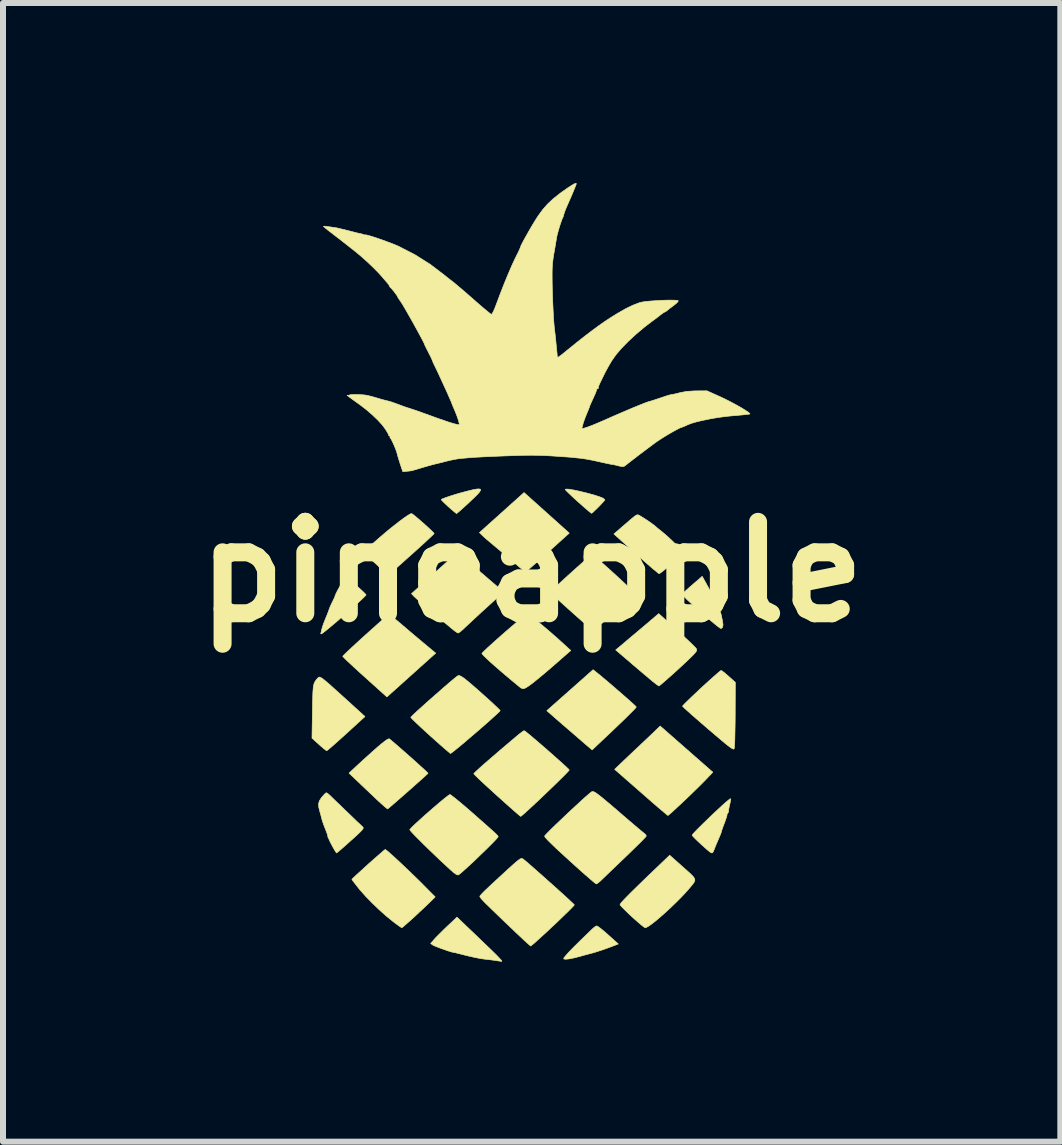
<source format=kicad_pcb>
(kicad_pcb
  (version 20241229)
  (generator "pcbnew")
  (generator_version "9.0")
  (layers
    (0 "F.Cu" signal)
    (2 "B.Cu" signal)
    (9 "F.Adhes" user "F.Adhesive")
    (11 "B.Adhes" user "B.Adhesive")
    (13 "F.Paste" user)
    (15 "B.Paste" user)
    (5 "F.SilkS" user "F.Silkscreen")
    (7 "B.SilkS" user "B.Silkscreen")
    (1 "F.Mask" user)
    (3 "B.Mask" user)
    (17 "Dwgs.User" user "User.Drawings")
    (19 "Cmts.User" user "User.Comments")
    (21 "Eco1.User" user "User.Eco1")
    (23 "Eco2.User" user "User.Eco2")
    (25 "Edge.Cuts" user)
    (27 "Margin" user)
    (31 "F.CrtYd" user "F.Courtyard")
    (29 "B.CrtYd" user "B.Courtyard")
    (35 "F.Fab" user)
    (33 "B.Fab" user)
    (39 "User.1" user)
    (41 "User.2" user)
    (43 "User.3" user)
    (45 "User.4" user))
  (footprint "pineapple"
    (layer "F.Cu")
    (at 5.813 6.484)
    (property "Reference" "pineapple" (at 0 0 0) (layer "F.SilkS") (effects (font (size 1.524 1.524) (thickness 0.3))))
    (attr through_hole)
    (fp_poly (pts (xy -2.158 0.885) (xy -2.07 0.96) (xy -1.976 1.04) (xy -1.883 1.118) (xy -1.802 1.186) (xy -1.769 1.213) (xy -1.6 1.354) (xy -2.413 2.084) (xy -2.781 1.753) (xy -2.873 1.67) (xy -2.956 1.594) (xy -3.028 1.527) (xy -3.086 1.473) (xy -3.126 1.433) (xy -3.147 1.41) (xy -3.15 1.407) (xy -3.138 1.393) (xy -3.105 1.36) (xy -3.054 1.311) (xy -2.987 1.249) (xy -2.908 1.176) (xy -2.819 1.095) (xy -2.764 1.045) (xy -2.378 0.699) (xy -2.158 0.885)) (stroke (width 0.01) (type solid)) (fill yes) (layer "F.SilkS"))
    (fp_poly (pts (xy 0.25 -0.985) (xy 0.627 -0.647) (xy 0.267 -0.323) (xy 0.176 -0.242) (xy 0.094 -0.169) (xy 0.022 -0.105) (xy -0.036 -0.055) (xy -0.078 -0.019) (xy -0.099 -0.002) (xy -0.101 -0.000332) (xy -0.117 -0.01) (xy -0.15 -0.036) (xy -0.197 -0.074) (xy -0.22 -0.094) (xy -0.281 -0.145) (xy -0.354 -0.208) (xy -0.431 -0.273) (xy -0.475 -0.31) (xy -0.541 -0.367) (xy -0.607 -0.422) (xy -0.664 -0.47) (xy -0.695 -0.496) (xy -0.747 -0.54) (xy -0.797 -0.584) (xy -0.821 -0.607) (xy -0.871 -0.655) (xy -0.499 -0.989) (xy -0.127 -1.323) (xy 0.25 -0.985)) (stroke (width 0.01) (type solid)) (fill yes) (layer "F.SilkS"))
    (fp_poly (pts (xy 0.62 -1.379) (xy 0.693 -1.367) (xy 0.793 -1.346) (xy 0.911 -1.317) (xy 1.038 -1.283) (xy 1.131 -1.253) (xy 1.191 -1.228) (xy 1.218 -1.207) (xy 1.219 -1.201) (xy 1.209 -1.185) (xy 1.181 -1.154) (xy 1.142 -1.112) (xy 1.099 -1.068) (xy 1.056 -1.027) (xy 1.022 -0.994) (xy 1.001 -0.978) (xy 0.999 -0.977) (xy 0.985 -0.986) (xy 0.951 -1.013) (xy 0.901 -1.056) (xy 0.839 -1.11) (xy 0.775 -1.167) (xy 0.705 -1.23) (xy 0.646 -1.286) (xy 0.599 -1.331) (xy 0.568 -1.362) (xy 0.559 -1.375) (xy 0.574 -1.381) (xy 0.62 -1.379)) (stroke (width 0.01) (type solid)) (fill yes) (layer "F.SilkS"))
    (fp_poly (pts (xy -0.856 -1.38) (xy -0.85 -1.365) (xy -0.867 -1.335) (xy -0.892 -1.305) (xy -0.921 -1.275) (xy -0.964 -1.233) (xy -1.017 -1.183) (xy -1.074 -1.129) (xy -1.131 -1.077) (xy -1.182 -1.031) (xy -1.223 -0.996) (xy -1.248 -0.976) (xy -1.253 -0.973) (xy -1.268 -0.984) (xy -1.301 -1.011) (xy -1.348 -1.051) (xy -1.385 -1.084) (xy -1.436 -1.131) (xy -1.476 -1.17) (xy -1.501 -1.196) (xy -1.507 -1.204) (xy -1.492 -1.216) (xy -1.45 -1.233) (xy -1.387 -1.255) (xy -1.31 -1.28) (xy -1.225 -1.306) (xy -1.137 -1.33) (xy -1.053 -1.352) (xy -0.979 -1.37) (xy -0.92 -1.381) (xy -0.887 -1.384) (xy -0.856 -1.38)) (stroke (width 0.01) (type solid)) (fill yes) (layer "F.SilkS"))
    (fp_poly (pts (xy 1.092 1.684) (xy 1.144 1.726) (xy 1.208 1.78) (xy 1.282 1.842) (xy 1.361 1.91) (xy 1.441 1.979) (xy 1.519 2.047) (xy 1.592 2.111) (xy 1.654 2.166) (xy 1.703 2.21) (xy 1.734 2.24) (xy 1.744 2.252) (xy 1.733 2.267) (xy 1.7 2.303) (xy 1.647 2.356) (xy 1.577 2.426) (xy 1.491 2.509) (xy 1.391 2.605) (xy 1.279 2.711) (xy 1.166 2.818) (xy 1.008 2.967) (xy 0.897 2.873) (xy 0.851 2.833) (xy 0.786 2.777) (xy 0.709 2.71) (xy 0.623 2.636) (xy 0.536 2.561) (xy 0.52 2.547) (xy 0.252 2.314) (xy 0.638 1.972) (xy 1.024 1.63) (xy 1.092 1.684)) (stroke (width 0.01) (type solid)) (fill yes) (layer "F.SilkS"))
    (fp_poly (pts (xy 2.581 2.954) (xy 3.02 3.339) (xy 2.897 3.468) (xy 2.846 3.52) (xy 2.784 3.582) (xy 2.713 3.651) (xy 2.637 3.725) (xy 2.56 3.798) (xy 2.485 3.869) (xy 2.416 3.933) (xy 2.357 3.988) (xy 2.311 4.029) (xy 2.281 4.054) (xy 2.272 4.06) (xy 2.257 4.05) (xy 2.222 4.021) (xy 2.168 3.975) (xy 2.097 3.915) (xy 2.014 3.843) (xy 1.921 3.762) (xy 1.822 3.675) (xy 1.383 3.291) (xy 1.534 3.147) (xy 1.61 3.075) (xy 1.697 2.992) (xy 1.784 2.911) (xy 1.838 2.859) (xy 1.904 2.797) (xy 1.97 2.735) (xy 2.027 2.681) (xy 2.067 2.642) (xy 2.142 2.569) (xy 2.581 2.954)) (stroke (width 0.01) (type solid)) (fill yes) (layer "F.SilkS"))
    (fp_poly (pts (xy 2.926 0.223) (xy 2.97 0.304) (xy 3.015 0.39) (xy 3.058 0.476) (xy 3.097 0.557) (xy 3.128 0.626) (xy 3.149 0.678) (xy 3.158 0.707) (xy 3.165 0.74) (xy 3.175 0.788) (xy 3.18 0.811) (xy 3.19 0.879) (xy 3.183 0.923) (xy 3.161 0.942) (xy 3.154 0.943) (xy 3.136 0.933) (xy 3.097 0.904) (xy 3.041 0.859) (xy 2.972 0.801) (xy 2.893 0.732) (xy 2.815 0.664) (xy 2.72 0.579) (xy 2.646 0.513) (xy 2.592 0.463) (xy 2.555 0.426) (xy 2.532 0.399) (xy 2.52 0.381) (xy 2.518 0.368) (xy 2.523 0.358) (xy 2.525 0.356) (xy 2.546 0.334) (xy 2.586 0.297) (xy 2.639 0.249) (xy 2.696 0.2) (xy 2.843 0.073) (xy 2.926 0.223)) (stroke (width 0.01) (type solid)) (fill yes) (layer "F.SilkS"))
    (fp_poly (pts (xy 1.106 5.912) (xy 1.145 5.94) (xy 1.197 5.982) (xy 1.257 6.034) (xy 1.277 6.052) (xy 1.444 6.202) (xy 1.386 6.225) (xy 1.328 6.247) (xy 1.258 6.273) (xy 1.184 6.299) (xy 1.114 6.322) (xy 1.058 6.34) (xy 1.024 6.35) (xy 1.021 6.351) (xy 0.998 6.357) (xy 0.949 6.37) (xy 0.884 6.387) (xy 0.827 6.403) (xy 0.714 6.433) (xy 0.626 6.451) (xy 0.567 6.457) (xy 0.536 6.452) (xy 0.534 6.449) (xy 0.54 6.431) (xy 0.571 6.393) (xy 0.624 6.334) (xy 0.699 6.257) (xy 0.795 6.162) (xy 0.81 6.147) (xy 0.872 6.087) (xy 0.93 6.031) (xy 0.978 5.984) (xy 1.01 5.953) (xy 1.046 5.922) (xy 1.077 5.903) (xy 1.086 5.901) (xy 1.106 5.912)) (stroke (width 0.01) (type solid)) (fill yes) (layer "F.SilkS"))
    (fp_poly (pts (xy -3.531 1.754) (xy -3.515 1.761) (xy -3.492 1.775) (xy -3.46 1.799) (xy -3.417 1.835) (xy -3.36 1.884) (xy -3.287 1.95) (xy -3.195 2.033) (xy -3.081 2.136) (xy -3.07 2.146) (xy -2.779 2.411) (xy -3.091 2.696) (xy -3.175 2.772) (xy -3.252 2.841) (xy -3.317 2.899) (xy -3.369 2.943) (xy -3.403 2.972) (xy -3.417 2.981) (xy -3.433 2.971) (xy -3.468 2.944) (xy -3.515 2.904) (xy -3.546 2.876) (xy -3.662 2.771) (xy -3.655 2.332) (xy -3.653 2.204) (xy -3.65 2.102) (xy -3.648 2.022) (xy -3.644 1.963) (xy -3.64 1.918) (xy -3.634 1.885) (xy -3.627 1.861) (xy -3.618 1.84) (xy -3.615 1.834) (xy -3.588 1.793) (xy -3.56 1.764) (xy -3.553 1.758) (xy -3.543 1.754) (xy -3.531 1.754)) (stroke (width 0.01) (type solid)) (fill yes) (layer "F.SilkS"))
    (fp_poly (pts (xy -1.985 -0.963) (xy -1.95 -0.936) (xy -1.901 -0.895) (xy -1.845 -0.847) (xy -1.786 -0.795) (xy -1.73 -0.744) (xy -1.681 -0.698) (xy -1.645 -0.663) (xy -1.627 -0.643) (xy -1.626 -0.64) (xy -1.637 -0.627) (xy -1.669 -0.596) (xy -1.719 -0.549) (xy -1.781 -0.491) (xy -1.854 -0.425) (xy -1.934 -0.352) (xy -2.017 -0.278) (xy -2.099 -0.205) (xy -2.177 -0.135) (xy -2.247 -0.073) (xy -2.307 -0.021) (xy -2.352 0.017) (xy -2.378 0.038) (xy -2.384 0.042) (xy -2.399 0.033) (xy -2.434 0.006) (xy -2.485 -0.037) (xy -2.547 -0.09) (xy -2.604 -0.141) (xy -2.812 -0.328) (xy -2.553 -0.557) (xy -2.461 -0.636) (xy -2.369 -0.713) (xy -2.278 -0.785) (xy -2.195 -0.85) (xy -2.121 -0.904) (xy -2.062 -0.944) (xy -2.02 -0.968) (xy -2.003 -0.973) (xy -1.985 -0.963)) (stroke (width 0.01) (type solid)) (fill yes) (layer "F.SilkS"))
    (fp_poly (pts (xy 1.788 -0.946) (xy 1.806 -0.936) (xy 1.807 -0.935) (xy 1.857 -0.905) (xy 1.917 -0.866) (xy 1.976 -0.826) (xy 2.027 -0.789) (xy 2.061 -0.762) (xy 2.066 -0.758) (xy 2.092 -0.734) (xy 2.135 -0.7) (xy 2.169 -0.673) (xy 2.211 -0.638) (xy 2.268 -0.588) (xy 2.333 -0.528) (xy 2.397 -0.465) (xy 2.397 -0.465) (xy 2.547 -0.316) (xy 2.345 -0.143) (xy 2.276 -0.086) (xy 2.215 -0.036) (xy 2.167 0.002) (xy 2.135 0.025) (xy 2.125 0.03) (xy 2.109 0.02) (xy 2.073 -0.01) (xy 2.018 -0.055) (xy 1.949 -0.115) (xy 1.869 -0.185) (xy 1.78 -0.265) (xy 1.739 -0.301) (xy 1.371 -0.632) (xy 1.519 -0.761) (xy 1.601 -0.831) (xy 1.661 -0.883) (xy 1.705 -0.919) (xy 1.735 -0.941) (xy 1.757 -0.951) (xy 1.773 -0.952) (xy 1.788 -0.946)) (stroke (width 0.01) (type solid)) (fill yes) (layer "F.SilkS"))
    (fp_poly (pts (xy 2.42 0.969) (xy 2.504 1.046) (xy 2.58 1.116) (xy 2.646 1.178) (xy 2.697 1.228) (xy 2.731 1.263) (xy 2.743 1.276) (xy 2.751 1.299) (xy 2.746 1.322) (xy 2.721 1.354) (xy 2.703 1.374) (xy 2.669 1.408) (xy 2.619 1.457) (xy 2.558 1.515) (xy 2.489 1.579) (xy 2.416 1.646) (xy 2.343 1.712) (xy 2.274 1.773) (xy 2.214 1.826) (xy 2.166 1.867) (xy 2.134 1.893) (xy 2.122 1.901) (xy 2.104 1.891) (xy 2.068 1.865) (xy 2.022 1.829) (xy 2.015 1.823) (xy 1.974 1.789) (xy 1.914 1.738) (xy 1.84 1.676) (xy 1.758 1.606) (xy 1.673 1.534) (xy 1.662 1.524) (xy 1.401 1.301) (xy 1.537 1.187) (xy 1.597 1.136) (xy 1.674 1.071) (xy 1.76 0.999) (xy 1.847 0.925) (xy 1.896 0.884) (xy 2.118 0.695) (xy 2.42 0.969)) (stroke (width 0.01) (type solid)) (fill yes) (layer "F.SilkS"))
    (fp_poly (pts (xy -1.101 5.893) (xy -1.038 5.953) (xy -0.96 6.027) (xy -0.875 6.109) (xy -0.791 6.19) (xy -0.747 6.232) (xy -0.657 6.318) (xy -0.589 6.385) (xy -0.541 6.435) (xy -0.511 6.468) (xy -0.498 6.486) (xy -0.5 6.493) (xy -0.503 6.493) (xy -0.526 6.489) (xy -0.571 6.483) (xy -0.601 6.478) (xy -0.673 6.468) (xy -0.75 6.459) (xy -0.77 6.457) (xy -0.844 6.447) (xy -0.943 6.428) (xy -1.063 6.401) (xy -1.198 6.367) (xy -1.211 6.364) (xy -1.258 6.352) (xy -1.289 6.344) (xy -1.295 6.343) (xy -1.31 6.342) (xy -1.348 6.332) (xy -1.402 6.315) (xy -1.464 6.293) (xy -1.527 6.271) (xy -1.584 6.249) (xy -1.627 6.231) (xy -1.647 6.221) (xy -1.684 6.194) (xy -1.625 6.126) (xy -1.591 6.089) (xy -1.539 6.037) (xy -1.478 5.976) (xy -1.413 5.913) (xy -1.405 5.906) (xy -1.245 5.755) (xy -1.101 5.893)) (stroke (width 0.01) (type solid)) (fill yes) (layer "F.SilkS"))
    (fp_poly (pts (xy 2.521 4.919) (xy 2.601 4.99) (xy 2.66 5.044) (xy 2.698 5.084) (xy 2.718 5.117) (xy 2.72 5.146) (xy 2.706 5.177) (xy 2.678 5.215) (xy 2.637 5.264) (xy 2.625 5.278) (xy 2.561 5.351) (xy 2.485 5.431) (xy 2.402 5.514) (xy 2.315 5.598) (xy 2.227 5.679) (xy 2.142 5.754) (xy 2.064 5.82) (xy 1.996 5.873) (xy 1.941 5.911) (xy 1.903 5.93) (xy 1.894 5.932) (xy 1.875 5.922) (xy 1.837 5.893) (xy 1.785 5.849) (xy 1.722 5.794) (xy 1.672 5.749) (xy 1.606 5.687) (xy 1.55 5.632) (xy 1.506 5.588) (xy 1.48 5.559) (xy 1.473 5.549) (xy 1.477 5.538) (xy 1.489 5.52) (xy 1.512 5.493) (xy 1.546 5.456) (xy 1.593 5.408) (xy 1.654 5.346) (xy 1.732 5.27) (xy 1.827 5.177) (xy 1.942 5.066) (xy 2.077 4.937) (xy 2.196 4.823) (xy 2.301 4.723) (xy 2.521 4.919)) (stroke (width 0.01) (type solid)) (fill yes) (layer "F.SilkS"))
    (fp_poly (pts (xy 3.177 1.653) (xy 3.213 1.68) (xy 3.26 1.72) (xy 3.285 1.742) (xy 3.395 1.841) (xy 3.393 2.377) (xy 3.392 2.503) (xy 3.39 2.62) (xy 3.388 2.725) (xy 3.386 2.813) (xy 3.382 2.882) (xy 3.379 2.928) (xy 3.376 2.945) (xy 3.37 2.952) (xy 3.36 2.953) (xy 3.343 2.945) (xy 3.316 2.928) (xy 3.277 2.899) (xy 3.224 2.857) (xy 3.155 2.799) (xy 3.066 2.724) (xy 2.956 2.63) (xy 2.938 2.615) (xy 2.839 2.529) (xy 2.748 2.45) (xy 2.668 2.38) (xy 2.602 2.321) (xy 2.552 2.276) (xy 2.522 2.247) (xy 2.515 2.238) (xy 2.526 2.223) (xy 2.558 2.19) (xy 2.606 2.143) (xy 2.666 2.085) (xy 2.736 2.019) (xy 2.81 1.949) (xy 2.886 1.879) (xy 2.96 1.812) (xy 3.027 1.752) (xy 3.084 1.702) (xy 3.127 1.665) (xy 3.153 1.645) (xy 3.158 1.643) (xy 3.177 1.653)) (stroke (width 0.01) (type solid)) (fill yes) (layer "F.SilkS"))
    (fp_poly (pts (xy -1.216 -0.298) (xy -1.189 -0.278) (xy -1.138 -0.237) (xy -1.065 -0.176) (xy -0.969 -0.095) (xy -0.852 0.004) (xy -0.714 0.123) (xy -0.658 0.171) (xy -0.468 0.334) (xy -0.747 0.589) (xy -0.833 0.667) (xy -0.916 0.744) (xy -0.992 0.814) (xy -1.056 0.874) (xy -1.103 0.918) (xy -1.117 0.932) (xy -1.162 0.973) (xy -1.2 1.004) (xy -1.223 1.018) (xy -1.226 1.019) (xy -1.247 1.009) (xy -1.284 0.983) (xy -1.329 0.947) (xy -1.38 0.904) (xy -1.445 0.85) (xy -1.513 0.793) (xy -1.541 0.769) (xy -1.614 0.707) (xy -1.698 0.637) (xy -1.775 0.571) (xy -1.795 0.555) (xy -1.854 0.505) (xy -1.907 0.458) (xy -1.948 0.42) (xy -1.963 0.406) (xy -2.004 0.363) (xy -1.625 0.023) (xy -1.519 -0.072) (xy -1.435 -0.148) (xy -1.368 -0.205) (xy -1.318 -0.247) (xy -1.281 -0.276) (xy -1.255 -0.293) (xy -1.236 -0.301) (xy -1.223 -0.301) (xy -1.216 -0.298)) (stroke (width 0.01) (type solid)) (fill yes) (layer "F.SilkS"))
    (fp_poly (pts (xy -2.373 2.782) (xy -2.356 2.796) (xy -2.319 2.827) (xy -2.266 2.872) (xy -2.202 2.928) (xy -2.13 2.991) (xy -2.054 3.058) (xy -1.977 3.126) (xy -1.905 3.191) (xy -1.84 3.25) (xy -1.786 3.299) (xy -1.748 3.335) (xy -1.729 3.354) (xy -1.727 3.356) (xy -1.739 3.368) (xy -1.771 3.398) (xy -1.82 3.443) (xy -1.882 3.498) (xy -1.953 3.561) (xy -2.029 3.629) (xy -2.108 3.698) (xy -2.184 3.765) (xy -2.254 3.826) (xy -2.315 3.879) (xy -2.362 3.919) (xy -2.392 3.944) (xy -2.401 3.951) (xy -2.416 3.941) (xy -2.45 3.914) (xy -2.498 3.871) (xy -2.557 3.817) (xy -2.591 3.786) (xy -2.668 3.712) (xy -2.752 3.633) (xy -2.832 3.557) (xy -2.9 3.492) (xy -2.907 3.485) (xy -3.045 3.354) (xy -2.899 3.218) (xy -2.767 3.097) (xy -2.657 2.998) (xy -2.568 2.919) (xy -2.496 2.859) (xy -2.442 2.817) (xy -2.404 2.791) (xy -2.381 2.782) (xy -2.373 2.782)) (stroke (width 0.01) (type solid)) (fill yes) (layer "F.SilkS"))
    (fp_poly (pts (xy -0.054 0.71) (xy -0.013 0.738) (xy 0.044 0.782) (xy 0.114 0.838) (xy 0.194 0.904) (xy 0.278 0.975) (xy 0.364 1.05) (xy 0.449 1.125) (xy 0.491 1.163) (xy 0.652 1.31) (xy 0.381 1.547) (xy 0.243 1.666) (xy 0.126 1.764) (xy 0.032 1.84) (xy -0.042 1.896) (xy -0.096 1.931) (xy -0.131 1.946) (xy -0.138 1.947) (xy -0.175 1.937) (xy -0.189 1.927) (xy -0.211 1.909) (xy -0.251 1.876) (xy -0.303 1.833) (xy -0.339 1.803) (xy -0.431 1.726) (xy -0.521 1.649) (xy -0.606 1.575) (xy -0.682 1.508) (xy -0.745 1.449) (xy -0.793 1.403) (xy -0.822 1.372) (xy -0.83 1.36) (xy -0.818 1.345) (xy -0.785 1.312) (xy -0.735 1.265) (xy -0.671 1.206) (xy -0.597 1.14) (xy -0.516 1.068) (xy -0.433 0.995) (xy -0.35 0.924) (xy -0.272 0.857) (xy -0.202 0.798) (xy -0.143 0.75) (xy -0.101 0.717) (xy -0.077 0.701) (xy -0.074 0.7) (xy -0.054 0.71)) (stroke (width 0.01) (type solid)) (fill yes) (layer "F.SilkS"))
    (fp_poly (pts (xy -2.426 4.636) (xy -2.39 4.665) (xy -2.339 4.711) (xy -2.273 4.77) (xy -2.198 4.84) (xy -2.115 4.918) (xy -2.028 5.001) (xy -1.94 5.086) (xy -1.854 5.17) (xy -1.774 5.251) (xy -1.772 5.253) (xy -1.608 5.418) (xy -1.687 5.496) (xy -1.741 5.548) (xy -1.804 5.608) (xy -1.873 5.672) (xy -1.942 5.737) (xy -2.009 5.798) (xy -2.069 5.851) (xy -2.118 5.894) (xy -2.151 5.922) (xy -2.165 5.932) (xy -2.182 5.922) (xy -2.218 5.897) (xy -2.268 5.861) (xy -2.311 5.828) (xy -2.422 5.738) (xy -2.541 5.632) (xy -2.659 5.519) (xy -2.769 5.406) (xy -2.863 5.3) (xy -2.887 5.27) (xy -2.931 5.214) (xy -2.967 5.168) (xy -2.99 5.136) (xy -2.997 5.125) (xy -2.986 5.112) (xy -2.954 5.082) (xy -2.907 5.038) (xy -2.847 4.984) (xy -2.78 4.923) (xy -2.71 4.859) (xy -2.639 4.797) (xy -2.574 4.739) (xy -2.517 4.69) (xy -2.474 4.652) (xy -2.447 4.631) (xy -2.441 4.627) (xy -2.426 4.636)) (stroke (width 0.01) (type solid)) (fill yes) (layer "F.SilkS"))
    (fp_poly (pts (xy 3.317 3.797) (xy 3.311 3.835) (xy 3.301 3.882) (xy 3.289 3.933) (xy 3.283 3.973) (xy 3.282 3.99) (xy 3.276 4.012) (xy 3.267 4.025) (xy 3.255 4.042) (xy 3.257 4.046) (xy 3.256 4.059) (xy 3.246 4.094) (xy 3.228 4.146) (xy 3.219 4.171) (xy 3.197 4.229) (xy 3.18 4.276) (xy 3.17 4.304) (xy 3.169 4.308) (xy 3.165 4.324) (xy 3.161 4.339) (xy 3.154 4.359) (xy 3.142 4.389) (xy 3.122 4.436) (xy 3.093 4.504) (xy 3.087 4.517) (xy 3.065 4.569) (xy 3.049 4.61) (xy 3.041 4.631) (xy 3.041 4.631) (xy 3.031 4.656) (xy 3.021 4.673) (xy 3.01 4.684) (xy 2.995 4.683) (xy 2.969 4.667) (xy 2.928 4.633) (xy 2.895 4.604) (xy 2.826 4.542) (xy 2.765 4.485) (xy 2.717 4.438) (xy 2.686 4.405) (xy 2.675 4.389) (xy 2.686 4.372) (xy 2.717 4.338) (xy 2.764 4.289) (xy 2.823 4.23) (xy 2.891 4.164) (xy 2.964 4.093) (xy 3.038 4.022) (xy 3.111 3.955) (xy 3.177 3.893) (xy 3.235 3.842) (xy 3.28 3.804) (xy 3.308 3.783) (xy 3.316 3.78) (xy 3.317 3.797)) (stroke (width 0.01) (type solid)) (fill yes) (layer "F.SilkS"))
    (fp_poly (pts (xy 1.024 -0.279) (xy 1.061 -0.249) (xy 1.113 -0.205) (xy 1.178 -0.148) (xy 1.251 -0.083) (xy 1.33 -0.012) (xy 1.41 0.061) (xy 1.487 0.132) (xy 1.559 0.199) (xy 1.621 0.258) (xy 1.669 0.305) (xy 1.701 0.338) (xy 1.711 0.351) (xy 1.72 0.383) (xy 1.708 0.405) (xy 1.686 0.426) (xy 1.644 0.463) (xy 1.587 0.512) (xy 1.518 0.571) (xy 1.441 0.635) (xy 1.361 0.702) (xy 1.281 0.768) (xy 1.205 0.829) (xy 1.138 0.884) (xy 1.083 0.928) (xy 1.045 0.957) (xy 1.027 0.97) (xy 1.026 0.97) (xy 1.01 0.961) (xy 0.973 0.932) (xy 0.918 0.888) (xy 0.849 0.829) (xy 0.77 0.759) (xy 0.682 0.681) (xy 0.66 0.661) (xy 0.571 0.581) (xy 0.491 0.509) (xy 0.421 0.446) (xy 0.366 0.396) (xy 0.327 0.361) (xy 0.309 0.344) (xy 0.308 0.343) (xy 0.317 0.331) (xy 0.347 0.3) (xy 0.394 0.255) (xy 0.454 0.199) (xy 0.525 0.134) (xy 0.601 0.064) (xy 0.68 -0.007) (xy 0.758 -0.077) (xy 0.831 -0.142) (xy 0.896 -0.199) (xy 0.95 -0.245) (xy 0.987 -0.276) (xy 1.006 -0.289) (xy 1.007 -0.289) (xy 1.024 -0.279)) (stroke (width 0.01) (type solid)) (fill yes) (layer "F.SilkS"))
    (fp_poly (pts (xy -3.404 3.691) (xy -3.371 3.718) (xy -3.335 3.753) (xy -3.303 3.784) (xy -3.254 3.832) (xy -3.192 3.891) (xy -3.123 3.958) (xy -3.051 4.027) (xy -2.98 4.095) (xy -2.916 4.157) (xy -2.862 4.207) (xy -2.825 4.243) (xy -2.813 4.254) (xy -2.807 4.265) (xy -2.811 4.28) (xy -2.827 4.302) (xy -2.859 4.336) (xy -2.908 4.383) (xy -2.978 4.447) (xy -3.016 4.48) (xy -3.087 4.544) (xy -3.15 4.6) (xy -3.201 4.644) (xy -3.236 4.673) (xy -3.252 4.685) (xy -3.252 4.685) (xy -3.263 4.672) (xy -3.285 4.638) (xy -3.312 4.59) (xy -3.32 4.576) (xy -3.347 4.524) (xy -3.368 4.483) (xy -3.378 4.46) (xy -3.378 4.458) (xy -3.387 4.438) (xy -3.392 4.43) (xy -3.4 4.413) (xy -3.397 4.411) (xy -3.399 4.398) (xy -3.41 4.363) (xy -3.429 4.312) (xy -3.438 4.289) (xy -3.462 4.228) (xy -3.482 4.172) (xy -3.495 4.132) (xy -3.496 4.126) (xy -3.506 4.087) (xy -3.52 4.034) (xy -3.53 4) (xy -3.549 3.925) (xy -3.553 3.867) (xy -3.54 3.819) (xy -3.509 3.769) (xy -3.496 3.753) (xy -3.462 3.714) (xy -3.435 3.688) (xy -3.423 3.681) (xy -3.404 3.691)) (stroke (width 0.01) (type solid)) (fill yes) (layer "F.SilkS"))
    (fp_poly (pts (xy -3.08 0.094) (xy -3.051 0.114) (xy -3.008 0.151) (xy -2.945 0.206) (xy -2.929 0.221) (xy -2.868 0.276) (xy -2.817 0.323) (xy -2.78 0.359) (xy -2.762 0.38) (xy -2.76 0.382) (xy -2.772 0.398) (xy -2.805 0.431) (xy -2.855 0.478) (xy -2.919 0.537) (xy -2.993 0.603) (xy -3.074 0.675) (xy -3.157 0.747) (xy -3.239 0.818) (xy -3.317 0.884) (xy -3.386 0.942) (xy -3.443 0.988) (xy -3.485 1.02) (xy -3.507 1.034) (xy -3.508 1.034) (xy -3.518 1.026) (xy -3.516 1.023) (xy -3.509 1.001) (xy -3.5 0.963) (xy -3.499 0.956) (xy -3.488 0.916) (xy -3.468 0.858) (xy -3.443 0.795) (xy -3.438 0.782) (xy -3.413 0.722) (xy -3.393 0.671) (xy -3.381 0.637) (xy -3.379 0.631) (xy -3.369 0.603) (xy -3.349 0.556) (xy -3.323 0.502) (xy -3.321 0.498) (xy -3.297 0.449) (xy -3.281 0.413) (xy -3.276 0.396) (xy -3.276 0.395) (xy -3.272 0.383) (xy -3.256 0.349) (xy -3.231 0.3) (xy -3.216 0.273) (xy -3.186 0.218) (xy -3.163 0.173) (xy -3.151 0.145) (xy -3.149 0.14) (xy -3.139 0.121) (xy -3.123 0.099) (xy -3.112 0.089) (xy -3.099 0.086) (xy -3.08 0.094)) (stroke (width 0.01) (type solid)) (fill yes) (layer "F.SilkS"))
    (fp_poly (pts (xy -1.344 3.721) (xy -1.305 3.751) (xy -1.248 3.796) (xy -1.177 3.855) (xy -1.094 3.925) (xy -1.003 4.004) (xy -0.96 4.042) (xy -0.851 4.138) (xy -0.764 4.215) (xy -0.696 4.275) (xy -0.645 4.321) (xy -0.609 4.354) (xy -0.584 4.378) (xy -0.57 4.394) (xy -0.562 4.404) (xy -0.559 4.411) (xy -0.559 4.415) (xy -0.57 4.431) (xy -0.601 4.466) (xy -0.649 4.516) (xy -0.709 4.576) (xy -0.779 4.645) (xy -0.854 4.717) (xy -0.93 4.791) (xy -1.005 4.861) (xy -1.075 4.926) (xy -1.135 4.98) (xy -1.183 5.022) (xy -1.214 5.046) (xy -1.221 5.051) (xy -1.238 5.051) (xy -1.263 5.039) (xy -1.3 5.012) (xy -1.353 4.966) (xy -1.416 4.908) (xy -1.518 4.813) (xy -1.617 4.719) (xy -1.712 4.628) (xy -1.8 4.542) (xy -1.877 4.465) (xy -1.942 4.4) (xy -1.991 4.348) (xy -2.022 4.313) (xy -2.032 4.297) (xy -2.02 4.281) (xy -1.988 4.247) (xy -1.938 4.2) (xy -1.875 4.142) (xy -1.803 4.077) (xy -1.725 4.008) (xy -1.646 3.939) (xy -1.57 3.874) (xy -1.5 3.815) (xy -1.44 3.766) (xy -1.395 3.731) (xy -1.368 3.713) (xy -1.362 3.711) (xy -1.344 3.721)) (stroke (width 0.01) (type solid)) (fill yes) (layer "F.SilkS"))
    (fp_poly (pts (xy -1.175 1.741) (xy -1.128 1.772) (xy -1.113 1.784) (xy -1.072 1.817) (xy -1.017 1.863) (xy -0.951 1.92) (xy -0.879 1.983) (xy -0.804 2.05) (xy -0.731 2.116) (xy -0.663 2.177) (xy -0.605 2.232) (xy -0.56 2.275) (xy -0.532 2.303) (xy -0.525 2.313) (xy -0.537 2.327) (xy -0.57 2.359) (xy -0.621 2.406) (xy -0.686 2.465) (xy -0.762 2.532) (xy -0.845 2.605) (xy -0.932 2.68) (xy -1.02 2.755) (xy -1.104 2.827) (xy -1.181 2.892) (xy -1.248 2.947) (xy -1.302 2.99) (xy -1.338 3.018) (xy -1.353 3.027) (xy -1.367 3.016) (xy -1.402 2.987) (xy -1.455 2.942) (xy -1.521 2.884) (xy -1.599 2.815) (xy -1.685 2.738) (xy -1.689 2.734) (xy -1.775 2.656) (xy -1.852 2.585) (xy -1.918 2.523) (xy -1.969 2.474) (xy -2.003 2.44) (xy -2.015 2.424) (xy -2.015 2.424) (xy -2.003 2.41) (xy -1.971 2.378) (xy -1.921 2.331) (xy -1.857 2.273) (xy -1.782 2.206) (xy -1.701 2.133) (xy -1.616 2.059) (xy -1.532 1.985) (xy -1.451 1.914) (xy -1.378 1.851) (xy -1.315 1.798) (xy -1.266 1.758) (xy -1.236 1.735) (xy -1.229 1.73) (xy -1.206 1.728) (xy -1.175 1.741)) (stroke (width 0.01) (type solid)) (fill yes) (layer "F.SilkS"))
    (fp_poly (pts (xy -0.121 2.649) (xy -0.102 2.661) (xy -0.064 2.692) (xy -0.009 2.737) (xy 0.058 2.794) (xy 0.134 2.859) (xy 0.215 2.929) (xy 0.298 3.002) (xy 0.379 3.073) (xy 0.454 3.14) (xy 0.52 3.199) (xy 0.573 3.248) (xy 0.61 3.283) (xy 0.626 3.301) (xy 0.627 3.302) (xy 0.615 3.317) (xy 0.584 3.351) (xy 0.536 3.4) (xy 0.473 3.462) (xy 0.401 3.533) (xy 0.321 3.61) (xy 0.238 3.69) (xy 0.153 3.771) (xy 0.072 3.847) (xy -0.004 3.918) (xy -0.07 3.979) (xy -0.124 4.028) (xy -0.163 4.061) (xy -0.182 4.075) (xy -0.183 4.076) (xy -0.198 4.065) (xy -0.233 4.035) (xy -0.286 3.989) (xy -0.354 3.929) (xy -0.434 3.858) (xy -0.524 3.777) (xy -0.58 3.727) (xy -0.673 3.642) (xy -0.759 3.564) (xy -0.833 3.495) (xy -0.893 3.438) (xy -0.937 3.395) (xy -0.961 3.37) (xy -0.965 3.364) (xy -0.953 3.35) (xy -0.92 3.318) (xy -0.869 3.271) (xy -0.803 3.212) (xy -0.726 3.145) (xy -0.656 3.085) (xy -0.53 2.976) (xy -0.425 2.887) (xy -0.341 2.816) (xy -0.275 2.76) (xy -0.224 2.717) (xy -0.186 2.687) (xy -0.159 2.667) (xy -0.141 2.655) (xy -0.13 2.649) (xy -0.123 2.648) (xy -0.121 2.649)) (stroke (width 0.01) (type solid)) (fill yes) (layer "F.SilkS"))
    (fp_poly (pts (xy -0.158 4.778) (xy -0.146 4.784) (xy -0.124 4.801) (xy -0.083 4.835) (xy -0.027 4.884) (xy 0.043 4.945) (xy 0.122 5.015) (xy 0.207 5.09) (xy 0.295 5.169) (xy 0.383 5.247) (xy 0.466 5.322) (xy 0.543 5.392) (xy 0.609 5.452) (xy 0.661 5.501) (xy 0.696 5.534) (xy 0.711 5.55) (xy 0.711 5.551) (xy 0.7 5.566) (xy 0.668 5.599) (xy 0.62 5.648) (xy 0.558 5.708) (xy 0.487 5.777) (xy 0.41 5.851) (xy 0.329 5.926) (xy 0.25 6.001) (xy 0.174 6.07) (xy 0.107 6.131) (xy 0.051 6.182) (xy 0.009 6.217) (xy -0.014 6.235) (xy -0.017 6.236) (xy -0.031 6.225) (xy -0.065 6.195) (xy -0.116 6.149) (xy -0.181 6.088) (xy -0.257 6.017) (xy -0.34 5.937) (xy -0.35 5.928) (xy -0.474 5.81) (xy -0.576 5.711) (xy -0.659 5.631) (xy -0.724 5.567) (xy -0.775 5.518) (xy -0.811 5.48) (xy -0.837 5.452) (xy -0.852 5.433) (xy -0.861 5.419) (xy -0.864 5.41) (xy -0.864 5.408) (xy -0.858 5.397) (xy -0.84 5.376) (xy -0.808 5.342) (xy -0.76 5.295) (xy -0.694 5.233) (xy -0.609 5.154) (xy -0.504 5.057) (xy -0.393 4.955) (xy -0.317 4.886) (xy -0.261 4.837) (xy -0.22 4.804) (xy -0.193 4.785) (xy -0.173 4.777) (xy -0.158 4.778)) (stroke (width 0.01) (type solid)) (fill yes) (layer "F.SilkS"))
    (fp_poly (pts (xy 1.03 3.663) (xy 1.051 3.672) (xy 1.08 3.69) (xy 1.12 3.72) (xy 1.172 3.761) (xy 1.24 3.818) (xy 1.326 3.89) (xy 1.432 3.981) (xy 1.522 4.059) (xy 1.611 4.135) (xy 1.693 4.205) (xy 1.765 4.266) (xy 1.823 4.315) (xy 1.864 4.348) (xy 1.883 4.363) (xy 1.906 4.387) (xy 1.91 4.404) (xy 1.898 4.42) (xy 1.865 4.455) (xy 1.815 4.506) (xy 1.75 4.57) (xy 1.674 4.644) (xy 1.59 4.726) (xy 1.574 4.741) (xy 1.484 4.827) (xy 1.399 4.909) (xy 1.32 4.984) (xy 1.254 5.048) (xy 1.203 5.097) (xy 1.171 5.128) (xy 1.17 5.129) (xy 1.129 5.167) (xy 1.095 5.193) (xy 1.077 5.202) (xy 1.061 5.191) (xy 1.025 5.162) (xy 0.97 5.115) (xy 0.9 5.054) (xy 0.817 4.981) (xy 0.725 4.898) (xy 0.631 4.813) (xy 0.51 4.702) (xy 0.412 4.612) (xy 0.336 4.539) (xy 0.28 4.484) (xy 0.242 4.443) (xy 0.221 4.417) (xy 0.216 4.403) (xy 0.217 4.401) (xy 0.236 4.379) (xy 0.274 4.339) (xy 0.329 4.284) (xy 0.397 4.218) (xy 0.475 4.144) (xy 0.558 4.065) (xy 0.643 3.985) (xy 0.727 3.907) (xy 0.806 3.834) (xy 0.876 3.77) (xy 0.935 3.719) (xy 0.978 3.682) (xy 1.001 3.665) (xy 1.002 3.664) (xy 1.014 3.661) (xy 1.03 3.663)) (stroke (width 0.01) (type solid)) (fill yes) (layer "F.SilkS"))
    (fp_poly (pts (xy 0.745 -6.472) (xy 0.745 -6.471) (xy 0.739 -6.453) (xy 0.723 -6.413) (xy 0.7 -6.356) (xy 0.672 -6.289) (xy 0.641 -6.217) (xy 0.61 -6.147) (xy 0.592 -6.106) (xy 0.567 -6.048) (xy 0.547 -5.996) (xy 0.536 -5.96) (xy 0.536 -5.958) (xy 0.526 -5.922) (xy 0.517 -5.902) (xy 0.505 -5.877) (xy 0.489 -5.831) (xy 0.469 -5.772) (xy 0.45 -5.708) (xy 0.433 -5.648) (xy 0.421 -5.6) (xy 0.417 -5.582) (xy 0.412 -5.547) (xy 0.402 -5.49) (xy 0.39 -5.417) (xy 0.376 -5.336) (xy 0.372 -5.316) (xy 0.361 -5.249) (xy 0.353 -5.189) (xy 0.346 -5.131) (xy 0.343 -5.07) (xy 0.341 -5.001) (xy 0.341 -4.917) (xy 0.342 -4.813) (xy 0.345 -4.685) (xy 0.345 -4.685) (xy 0.349 -4.562) (xy 0.354 -4.437) (xy 0.36 -4.317) (xy 0.366 -4.21) (xy 0.373 -4.12) (xy 0.378 -4.069) (xy 0.387 -3.993) (xy 0.395 -3.927) (xy 0.4 -3.877) (xy 0.403 -3.85) (xy 0.403 -3.848) (xy 0.405 -3.822) (xy 0.41 -3.776) (xy 0.415 -3.719) (xy 0.415 -3.719) (xy 0.421 -3.663) (xy 0.425 -3.618) (xy 0.427 -3.593) (xy 0.427 -3.593) (xy 0.43 -3.582) (xy 0.438 -3.579) (xy 0.454 -3.587) (xy 0.485 -3.609) (xy 0.532 -3.646) (xy 0.593 -3.696) (xy 0.75 -3.823) (xy 0.887 -3.931) (xy 1.009 -4.024) (xy 1.119 -4.105) (xy 1.222 -4.177) (xy 1.323 -4.243) (xy 1.421 -4.304) (xy 1.564 -4.386) (xy 1.687 -4.446) (xy 1.791 -4.486) (xy 1.828 -4.496) (xy 1.879 -4.505) (xy 1.95 -4.513) (xy 2.034 -4.519) (xy 2.124 -4.525) (xy 2.214 -4.529) (xy 2.298 -4.531) (xy 2.368 -4.53) (xy 2.419 -4.528) (xy 2.443 -4.522) (xy 2.444 -4.521) (xy 2.438 -4.504) (xy 2.41 -4.476) (xy 2.375 -4.448) (xy 2.326 -4.411) (xy 2.284 -4.379) (xy 2.264 -4.362) (xy 2.237 -4.341) (xy 2.222 -4.334) (xy 2.203 -4.325) (xy 2.169 -4.301) (xy 2.148 -4.285) (xy 2.097 -4.245) (xy 2.038 -4.201) (xy 2.013 -4.183) (xy 1.871 -4.074) (xy 1.735 -3.959) (xy 1.609 -3.842) (xy 1.497 -3.728) (xy 1.405 -3.62) (xy 1.337 -3.523) (xy 1.326 -3.506) (xy 1.297 -3.456) (xy 1.27 -3.409) (xy 1.265 -3.399) (xy 1.245 -3.363) (xy 1.219 -3.314) (xy 1.186 -3.246) (xy 1.142 -3.156) (xy 1.134 -3.138) (xy 1.117 -3.099) (xy 1.112 -3.072) (xy 1.113 -3.066) (xy 1.11 -3.058) (xy 1.103 -3.057) (xy 1.085 -3.045) (xy 1.084 -3.038) (xy 1.077 -3.016) (xy 1.061 -2.973) (xy 1.036 -2.918) (xy 1.023 -2.889) (xy 0.997 -2.833) (xy 0.977 -2.788) (xy 0.966 -2.761) (xy 0.965 -2.756) (xy 0.96 -2.741) (xy 0.946 -2.705) (xy 0.925 -2.654) (xy 0.916 -2.633) (xy 0.891 -2.57) (xy 0.87 -2.512) (xy 0.856 -2.47) (xy 0.855 -2.463) (xy 0.846 -2.425) (xy 0.837 -2.401) (xy 0.836 -2.401) (xy 0.839 -2.39) (xy 0.87 -2.395) (xy 0.928 -2.413) (xy 1.013 -2.445) (xy 1.123 -2.491) (xy 1.236 -2.54) (xy 1.362 -2.596) (xy 1.485 -2.649) (xy 1.602 -2.699) (xy 1.708 -2.744) (xy 1.799 -2.781) (xy 1.872 -2.81) (xy 1.922 -2.829) (xy 1.946 -2.837) (xy 1.947 -2.837) (xy 1.966 -2.842) (xy 2.009 -2.855) (xy 2.068 -2.874) (xy 2.1 -2.885) (xy 2.184 -2.913) (xy 2.243 -2.933) (xy 2.283 -2.945) (xy 2.309 -2.952) (xy 2.327 -2.956) (xy 2.344 -2.959) (xy 2.346 -2.959) (xy 2.38 -2.965) (xy 2.434 -2.978) (xy 2.481 -2.99) (xy 2.59 -3.01) (xy 2.727 -3.018) (xy 2.752 -3.018) (xy 2.922 -3.019) (xy 3.121 -2.93) (xy 3.213 -2.887) (xy 3.31 -2.838) (xy 3.406 -2.787) (xy 3.493 -2.738) (xy 3.565 -2.693) (xy 3.616 -2.659) (xy 3.623 -2.652) (xy 3.639 -2.636) (xy 3.629 -2.63) (xy 3.623 -2.629) (xy 3.587 -2.626) (xy 3.556 -2.622) (xy 3.512 -2.617) (xy 3.455 -2.612) (xy 3.438 -2.61) (xy 3.319 -2.6) (xy 3.224 -2.59) (xy 3.142 -2.579) (xy 3.064 -2.567) (xy 2.979 -2.552) (xy 2.955 -2.547) (xy 2.833 -2.522) (xy 2.737 -2.499) (xy 2.66 -2.476) (xy 2.594 -2.45) (xy 2.572 -2.439) (xy 2.53 -2.421) (xy 2.499 -2.41) (xy 2.496 -2.409) (xy 2.469 -2.399) (xy 2.421 -2.374) (xy 2.358 -2.34) (xy 2.287 -2.299) (xy 2.214 -2.255) (xy 2.146 -2.212) (xy 2.089 -2.174) (xy 2.083 -2.17) (xy 2.031 -2.132) (xy 1.961 -2.08) (xy 1.879 -2.018) (xy 1.792 -1.953) (xy 1.709 -1.889) (xy 1.635 -1.832) (xy 1.578 -1.787) (xy 1.564 -1.776) (xy 1.541 -1.76) (xy 1.517 -1.755) (xy 1.482 -1.76) (xy 1.44 -1.77) (xy 1.389 -1.783) (xy 1.352 -1.791) (xy 1.341 -1.792) (xy 1.321 -1.794) (xy 1.299 -1.799) (xy 1.287 -1.802) (xy 1.261 -1.807) (xy 1.21 -1.818) (xy 1.142 -1.833) (xy 1.084 -1.846) (xy 1 -1.864) (xy 0.919 -1.879) (xy 0.851 -1.89) (xy 0.821 -1.894) (xy 0.76 -1.9) (xy 0.703 -1.906) (xy 0.686 -1.908) (xy 0.653 -1.911) (xy 0.593 -1.916) (xy 0.511 -1.921) (xy 0.416 -1.928) (xy 0.325 -1.934) (xy 0.215 -1.94) (xy 0.112 -1.943) (xy 0.009 -1.945) (xy -0.103 -1.944) (xy -0.229 -1.941) (xy -0.379 -1.936) (xy -0.462 -1.933) (xy -0.589 -1.928) (xy -0.707 -1.923) (xy -0.813 -1.918) (xy -0.899 -1.913) (xy -0.963 -1.91) (xy -0.997 -1.908) (xy -0.999 -1.907) (xy -1.049 -1.903) (xy -1.116 -1.897) (xy -1.164 -1.893) (xy -1.231 -1.885) (xy -1.315 -1.87) (xy -1.399 -1.851) (xy -1.418 -1.846) (xy -1.488 -1.828) (xy -1.549 -1.813) (xy -1.59 -1.803) (xy -1.6 -1.801) (xy -1.628 -1.794) (xy -1.68 -1.78) (xy -1.748 -1.761) (xy -1.824 -1.739) (xy -1.9 -1.716) (xy -1.969 -1.696) (xy -1.981 -1.692) (xy -2.014 -1.685) (xy -2.063 -1.679) (xy -2.077 -1.678) (xy -2.148 -1.671) (xy -2.191 -1.798) (xy -2.211 -1.862) (xy -2.229 -1.92) (xy -2.24 -1.962) (xy -2.242 -1.97) (xy -2.253 -2.007) (xy -2.271 -2.057) (xy -2.294 -2.112) (xy -2.318 -2.165) (xy -2.339 -2.207) (xy -2.355 -2.231) (xy -2.358 -2.233) (xy -2.364 -2.248) (xy -2.361 -2.252) (xy -2.364 -2.265) (xy -2.37 -2.266) (xy -2.384 -2.274) (xy -2.384 -2.278) (xy -2.389 -2.296) (xy -2.409 -2.332) (xy -2.436 -2.376) (xy -2.49 -2.449) (xy -2.567 -2.533) (xy -2.659 -2.621) (xy -2.76 -2.708) (xy -2.864 -2.788) (xy -2.881 -2.8) (xy -2.969 -2.863) (xy -3.03 -2.907) (xy -3.066 -2.935) (xy -3.077 -2.946) (xy -3.07 -2.944) (xy -3.046 -2.944) (xy -3.041 -2.948) (xy -3.021 -2.954) (xy -2.976 -2.957) (xy -2.916 -2.957) (xy -2.85 -2.955) (xy -2.787 -2.95) (xy -2.752 -2.945) (xy -2.711 -2.936) (xy -2.651 -2.92) (xy -2.583 -2.901) (xy -2.574 -2.898) (xy -2.507 -2.878) (xy -2.448 -2.862) (xy -2.408 -2.852) (xy -2.405 -2.852) (xy -2.37 -2.843) (xy -2.314 -2.825) (xy -2.248 -2.801) (xy -2.222 -2.792) (xy -2.159 -2.768) (xy -2.109 -2.75) (xy -2.079 -2.739) (xy -2.074 -2.738) (xy -2.049 -2.731) (xy -1.998 -2.714) (xy -1.923 -2.689) (xy -1.831 -2.656) (xy -1.724 -2.618) (xy -1.643 -2.588) (xy -1.587 -2.568) (xy -1.545 -2.553) (xy -1.525 -2.546) (xy -1.524 -2.546) (xy -1.504 -2.54) (xy -1.473 -2.529) (xy -1.391 -2.5) (xy -1.317 -2.477) (xy -1.257 -2.461) (xy -1.218 -2.454) (xy -1.206 -2.455) (xy -1.207 -2.473) (xy -1.217 -2.514) (xy -1.235 -2.57) (xy -1.259 -2.635) (xy -1.287 -2.703) (xy -1.305 -2.745) (xy -1.321 -2.782) (xy -1.33 -2.806) (xy -1.33 -2.806) (xy -1.338 -2.829) (xy -1.358 -2.874) (xy -1.386 -2.938) (xy -1.42 -3.015) (xy -1.459 -3.099) (xy -1.499 -3.186) (xy -1.538 -3.271) (xy -1.574 -3.349) (xy -1.606 -3.414) (xy -1.61 -3.423) (xy -1.635 -3.474) (xy -1.652 -3.513) (xy -1.659 -3.532) (xy -1.659 -3.533) (xy -1.666 -3.55) (xy -1.684 -3.588) (xy -1.71 -3.639) (xy -1.721 -3.661) (xy -1.75 -3.717) (xy -1.773 -3.763) (xy -1.786 -3.792) (xy -1.787 -3.797) (xy -1.797 -3.82) (xy -1.82 -3.865) (xy -1.853 -3.927) (xy -1.894 -4.003) (xy -1.94 -4.086) (xy -1.988 -4.174) (xy -2.037 -4.259) (xy -2.082 -4.339) (xy -2.123 -4.409) (xy -2.155 -4.463) (xy -2.177 -4.497) (xy -2.178 -4.499) (xy -2.208 -4.542) (xy -2.229 -4.574) (xy -2.235 -4.587) (xy -2.244 -4.605) (xy -2.268 -4.638) (xy -2.297 -4.677) (xy -2.327 -4.713) (xy -2.35 -4.738) (xy -2.357 -4.743) (xy -2.37 -4.76) (xy -2.371 -4.763) (xy -2.38 -4.785) (xy -2.405 -4.817) (xy -2.409 -4.822) (xy -2.445 -4.863) (xy -2.485 -4.909) (xy -2.489 -4.915) (xy -2.557 -4.99) (xy -2.644 -5.078) (xy -2.741 -5.17) (xy -2.84 -5.259) (xy -2.934 -5.337) (xy -2.949 -5.349) (xy -3.015 -5.401) (xy -3.077 -5.45) (xy -3.127 -5.489) (xy -3.158 -5.513) (xy -3.193 -5.541) (xy -3.246 -5.581) (xy -3.307 -5.628) (xy -3.34 -5.654) (xy -3.395 -5.696) (xy -3.438 -5.731) (xy -3.465 -5.754) (xy -3.471 -5.761) (xy -3.457 -5.763) (xy -3.419 -5.76) (xy -3.399 -5.757) (xy -3.341 -5.749) (xy -3.289 -5.741) (xy -3.28 -5.74) (xy -3.244 -5.734) (xy -3.185 -5.72) (xy -3.112 -5.703) (xy -3.058 -5.689) (xy -2.983 -5.67) (xy -2.918 -5.653) (xy -2.87 -5.642) (xy -2.852 -5.639) (xy -2.813 -5.629) (xy -2.798 -5.622) (xy -2.78 -5.616) (xy -2.777 -5.619) (xy -2.762 -5.619) (xy -2.722 -5.609) (xy -2.663 -5.592) (xy -2.589 -5.568) (xy -2.507 -5.54) (xy -2.423 -5.509) (xy -2.341 -5.479) (xy -2.269 -5.45) (xy -2.218 -5.428) (xy -1.946 -5.288) (xy -1.689 -5.126) (xy -1.454 -4.947) (xy -1.403 -4.905) (xy -1.354 -4.867) (xy -1.327 -4.847) (xy -1.301 -4.827) (xy -1.256 -4.789) (xy -1.194 -4.737) (xy -1.12 -4.674) (xy -1.039 -4.603) (xy -0.984 -4.555) (xy -0.902 -4.483) (xy -0.827 -4.418) (xy -0.762 -4.364) (xy -0.713 -4.323) (xy -0.681 -4.299) (xy -0.671 -4.293) (xy -0.659 -4.305) (xy -0.639 -4.341) (xy -0.614 -4.397) (xy -0.587 -4.468) (xy -0.521 -4.644) (xy -0.455 -4.812) (xy -0.391 -4.967) (xy -0.331 -5.106) (xy -0.277 -5.223) (xy -0.244 -5.289) (xy -0.217 -5.343) (xy -0.197 -5.387) (xy -0.187 -5.413) (xy -0.186 -5.416) (xy -0.179 -5.437) (xy -0.157 -5.481) (xy -0.126 -5.54) (xy -0.086 -5.611) (xy -0.042 -5.689) (xy 0.004 -5.768) (xy 0.049 -5.843) (xy 0.091 -5.909) (xy 0.11 -5.938) (xy 0.185 -6.041) (xy 0.267 -6.134) (xy 0.362 -6.223) (xy 0.476 -6.313) (xy 0.599 -6.4) (xy 0.667 -6.444) (xy 0.712 -6.47) (xy 0.737 -6.479) (xy 0.745 -6.472)) (stroke (width 0.01) (type solid)) (fill yes) (layer "F.SilkS")))
  (gr_rect
    (start -3 -3)
    (end 14.626 15.982)
    (stroke (width 0.1) (type default))
    (fill no)
    (layer "Edge.Cuts")))
</source>
